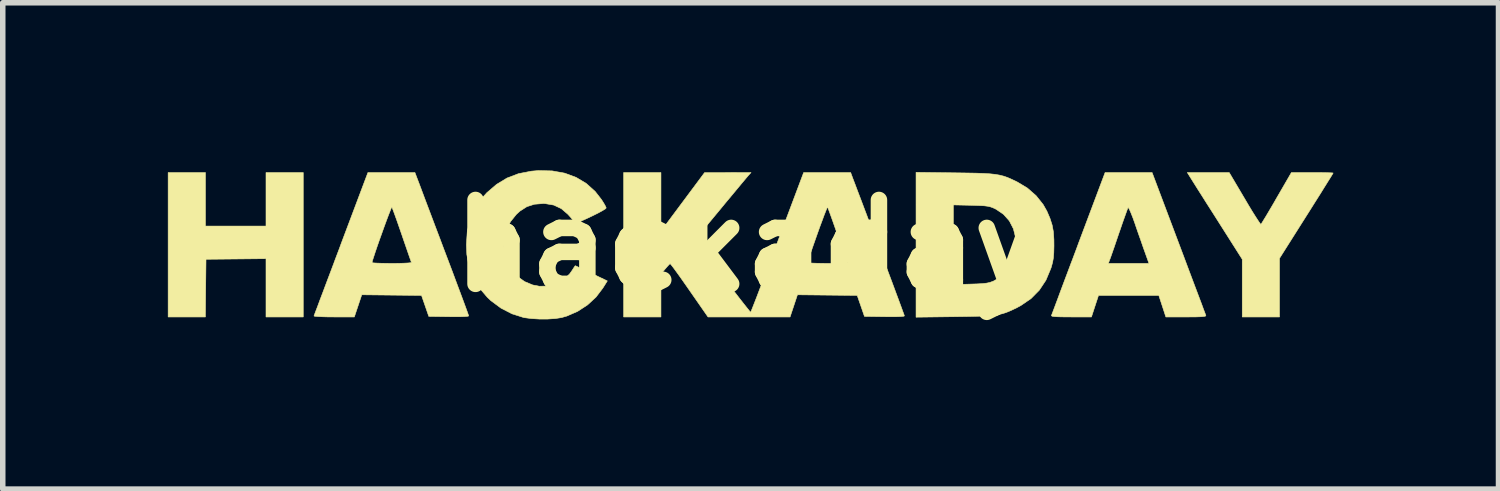
<source format=kicad_pcb>
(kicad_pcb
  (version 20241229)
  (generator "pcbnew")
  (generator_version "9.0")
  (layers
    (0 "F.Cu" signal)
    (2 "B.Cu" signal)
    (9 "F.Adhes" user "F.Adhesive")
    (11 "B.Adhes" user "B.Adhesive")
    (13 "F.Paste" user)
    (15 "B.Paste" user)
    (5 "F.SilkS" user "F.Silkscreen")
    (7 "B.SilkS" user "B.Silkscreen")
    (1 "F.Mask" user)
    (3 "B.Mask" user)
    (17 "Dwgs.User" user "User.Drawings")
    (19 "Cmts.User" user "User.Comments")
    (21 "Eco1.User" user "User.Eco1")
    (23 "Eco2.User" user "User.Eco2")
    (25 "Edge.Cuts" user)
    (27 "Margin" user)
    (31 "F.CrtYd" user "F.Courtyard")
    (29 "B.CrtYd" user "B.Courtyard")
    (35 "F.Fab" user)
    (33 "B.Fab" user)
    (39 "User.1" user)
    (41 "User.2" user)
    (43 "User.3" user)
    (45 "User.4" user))
  (footprint "hackaday"
    (layer "F.Cu")
    (at 10.525 1.418)
    (property "Reference" "hackaday" (at 0 0 0) (layer "F.SilkS") (effects (font (size 1.524 1.524) (thickness 0.3))))
    (attr through_hole)
    (fp_poly (pts (xy -9.842 -0.36) (xy -8.742 -0.36) (xy -8.742 -1.333) (xy -8.065 -1.333) (xy -8.065 1.291) (xy -8.742 1.291) (xy -8.742 0.232) (xy -9.832 0.243) (xy -9.838 0.767) (xy -9.843 1.291) (xy -10.52 1.291) (xy -10.52 -1.333) (xy -9.842 -1.333) (xy -9.842 -0.36)) (stroke (width 0.01) (type solid)) (fill yes) (layer "F.SilkS"))
    (fp_poly (pts (xy 9.04 -0.858) (xy 9.115 -0.731) (xy 9.184 -0.617) (xy 9.244 -0.522) (xy 9.291 -0.45) (xy 9.322 -0.405) (xy 9.335 -0.392) (xy 9.349 -0.412) (xy 9.381 -0.464) (xy 9.429 -0.542) (xy 9.488 -0.642) (xy 9.557 -0.759) (xy 9.619 -0.867) (xy 9.889 -1.333) (xy 10.268 -1.333) (xy 10.389 -1.333) (xy 10.495 -1.332) (xy 10.577 -1.329) (xy 10.63 -1.327) (xy 10.647 -1.324) (xy 10.636 -1.304) (xy 10.605 -1.253) (xy 10.555 -1.173) (xy 10.49 -1.069) (xy 10.412 -0.943) (xy 10.322 -0.801) (xy 10.224 -0.645) (xy 10.16 -0.544) (xy 9.673 0.226) (xy 9.673 1.291) (xy 8.996 1.291) (xy 8.996 0.767) (xy 8.996 0.243) (xy 8.546 -0.466) (xy 8.445 -0.625) (xy 8.349 -0.775) (xy 8.262 -0.913) (xy 8.185 -1.034) (xy 8.123 -1.133) (xy 8.077 -1.206) (xy 8.05 -1.249) (xy 8.047 -1.254) (xy 7.998 -1.333) (xy 8.759 -1.333) (xy 9.04 -0.858)) (stroke (width 0.01) (type solid)) (fill yes) (layer "F.SilkS"))
    (fp_poly (pts (xy 7.842 -0.048) (xy 7.926 0.175) (xy 8.005 0.386) (xy 8.079 0.583) (xy 8.146 0.761) (xy 8.205 0.917) (xy 8.255 1.049) (xy 8.293 1.153) (xy 8.32 1.224) (xy 8.334 1.261) (xy 8.335 1.265) (xy 8.329 1.275) (xy 8.301 1.282) (xy 8.245 1.287) (xy 8.157 1.29) (xy 8.034 1.291) (xy 7.976 1.291) (xy 7.608 1.291) (xy 7.544 1.095) (xy 7.48 0.9) (xy 6.384 0.9) (xy 6.32 1.095) (xy 6.256 1.291) (xy 5.888 1.291) (xy 5.75 1.29) (xy 5.649 1.288) (xy 5.582 1.284) (xy 5.543 1.278) (xy 5.529 1.269) (xy 5.529 1.265) (xy 5.538 1.241) (xy 5.561 1.181) (xy 5.596 1.088) (xy 5.642 0.965) (xy 5.697 0.816) (xy 5.761 0.645) (xy 5.833 0.454) (xy 5.884 0.318) (xy 6.563 0.318) (xy 7.301 0.318) (xy 7.231 0.122) (xy 7.198 0.03) (xy 7.157 -0.089) (xy 7.11 -0.221) (xy 7.064 -0.354) (xy 7.049 -0.399) (xy 7.006 -0.519) (xy 6.969 -0.611) (xy 6.942 -0.671) (xy 6.925 -0.696) (xy 6.921 -0.695) (xy 6.909 -0.667) (xy 6.887 -0.606) (xy 6.855 -0.517) (xy 6.816 -0.407) (xy 6.773 -0.281) (xy 6.756 -0.233) (xy 6.711 -0.101) (xy 6.67 0.02) (xy 6.634 0.123) (xy 6.606 0.203) (xy 6.588 0.251) (xy 6.585 0.259) (xy 6.563 0.318) (xy 5.884 0.318) (xy 5.911 0.248) (xy 5.993 0.029) (xy 6.021 -0.048) (xy 6.504 -1.333) (xy 7.358 -1.333) (xy 7.842 -0.048)) (stroke (width 0.01) (type solid)) (fill yes) (layer "F.SilkS"))
    (fp_poly (pts (xy 3.773 -1.328) (xy 3.982 -1.325) (xy 4.154 -1.322) (xy 4.295 -1.317) (xy 4.411 -1.31) (xy 4.506 -1.3) (xy 4.587 -1.286) (xy 4.659 -1.268) (xy 4.729 -1.244) (xy 4.8 -1.213) (xy 4.879 -1.176) (xy 4.909 -1.161) (xy 5.092 -1.051) (xy 5.251 -0.912) (xy 5.379 -0.751) (xy 5.446 -0.633) (xy 5.503 -0.5) (xy 5.542 -0.378) (xy 5.565 -0.254) (xy 5.574 -0.112) (xy 5.575 0) (xy 5.572 0.122) (xy 5.565 0.216) (xy 5.55 0.299) (xy 5.527 0.384) (xy 5.517 0.413) (xy 5.429 0.623) (xy 5.309 0.804) (xy 5.158 0.957) (xy 4.974 1.083) (xy 4.9 1.123) (xy 4.819 1.162) (xy 4.747 1.194) (xy 4.679 1.219) (xy 4.609 1.239) (xy 4.531 1.254) (xy 4.44 1.265) (xy 4.331 1.273) (xy 4.198 1.278) (xy 4.035 1.282) (xy 3.837 1.285) (xy 3.773 1.286) (xy 3.069 1.295) (xy 3.069 0.703) (xy 3.747 0.703) (xy 4.059 0.694) (xy 4.187 0.69) (xy 4.282 0.684) (xy 4.353 0.676) (xy 4.409 0.664) (xy 4.459 0.646) (xy 4.481 0.637) (xy 4.586 0.573) (xy 4.689 0.482) (xy 4.777 0.376) (xy 4.829 0.283) (xy 4.853 0.211) (xy 4.873 0.118) (xy 4.884 0.033) (xy 4.879 -0.147) (xy 4.838 -0.311) (xy 4.764 -0.455) (xy 4.658 -0.574) (xy 4.523 -0.666) (xy 4.513 -0.671) (xy 4.464 -0.694) (xy 4.419 -0.71) (xy 4.369 -0.721) (xy 4.306 -0.729) (xy 4.221 -0.733) (xy 4.104 -0.737) (xy 4.069 -0.738) (xy 3.747 -0.745) (xy 3.747 0.703) (xy 3.069 0.703) (xy 3.069 -1.337) (xy 3.773 -1.328)) (stroke (width 0.01) (type solid)) (fill yes) (layer "F.SilkS"))
    (fp_poly (pts (xy -5.994 -1.222) (xy -5.979 -1.183) (xy -5.95 -1.107) (xy -5.91 -1) (xy -5.859 -0.864) (xy -5.799 -0.705) (xy -5.731 -0.525) (xy -5.657 -0.329) (xy -5.578 -0.121) (xy -5.506 0.071) (xy -5.425 0.284) (xy -5.349 0.485) (xy -5.28 0.671) (xy -5.217 0.839) (xy -5.163 0.984) (xy -5.119 1.103) (xy -5.086 1.194) (xy -5.066 1.251) (xy -5.059 1.273) (xy -5.079 1.279) (xy -5.136 1.284) (xy -5.224 1.287) (xy -5.338 1.287) (xy -5.422 1.286) (xy -5.784 1.281) (xy -5.85 1.09) (xy -5.916 0.9) (xy -6.459 0.894) (xy -7.002 0.888) (xy -7.137 1.291) (xy -7.507 1.291) (xy -7.626 1.29) (xy -7.729 1.287) (xy -7.808 1.283) (xy -7.857 1.278) (xy -7.87 1.273) (xy -7.862 1.25) (xy -7.84 1.191) (xy -7.805 1.1) (xy -7.76 0.978) (xy -7.704 0.831) (xy -7.64 0.66) (xy -7.568 0.47) (xy -7.505 0.303) (xy -6.816 0.303) (xy -6.796 0.308) (xy -6.74 0.312) (xy -6.656 0.315) (xy -6.55 0.317) (xy -6.454 0.318) (xy -6.336 0.317) (xy -6.235 0.314) (xy -6.158 0.31) (xy -6.111 0.305) (xy -6.1 0.3) (xy -6.108 0.276) (xy -6.129 0.218) (xy -6.159 0.131) (xy -6.197 0.021) (xy -6.241 -0.106) (xy -6.274 -0.203) (xy -6.321 -0.338) (xy -6.364 -0.461) (xy -6.401 -0.564) (xy -6.43 -0.643) (xy -6.449 -0.692) (xy -6.455 -0.704) (xy -6.465 -0.689) (xy -6.485 -0.639) (xy -6.515 -0.563) (xy -6.552 -0.465) (xy -6.593 -0.353) (xy -6.636 -0.233) (xy -6.68 -0.111) (xy -6.721 0.006) (xy -6.757 0.112) (xy -6.786 0.201) (xy -6.807 0.266) (xy -6.815 0.3) (xy -6.816 0.303) (xy -7.505 0.303) (xy -7.491 0.264) (xy -7.408 0.045) (xy -7.377 -0.04) (xy -6.89 -1.333) (xy -6.036 -1.333) (xy -5.994 -1.222)) (stroke (width 0.01) (type solid)) (fill yes) (layer "F.SilkS"))
    (fp_poly (pts (xy -3.543 -1.363) (xy -3.315 -1.322) (xy -3.107 -1.245) (xy -2.922 -1.134) (xy -2.761 -0.989) (xy -2.647 -0.843) (xy -2.605 -0.777) (xy -2.574 -0.722) (xy -2.561 -0.69) (xy -2.561 -0.689) (xy -2.579 -0.671) (xy -2.629 -0.64) (xy -2.704 -0.599) (xy -2.798 -0.552) (xy -2.842 -0.531) (xy -2.951 -0.48) (xy -3.029 -0.445) (xy -3.081 -0.426) (xy -3.113 -0.419) (xy -3.132 -0.423) (xy -3.143 -0.436) (xy -3.143 -0.436) (xy -3.168 -0.472) (xy -3.212 -0.525) (xy -3.255 -0.573) (xy -3.376 -0.677) (xy -3.514 -0.742) (xy -3.672 -0.769) (xy -3.704 -0.77) (xy -3.865 -0.757) (xy -4.002 -0.713) (xy -4.127 -0.633) (xy -4.193 -0.573) (xy -4.3 -0.44) (xy -4.372 -0.294) (xy -4.411 -0.14) (xy -4.419 0.016) (xy -4.397 0.169) (xy -4.346 0.315) (xy -4.269 0.446) (xy -4.167 0.56) (xy -4.042 0.649) (xy -3.895 0.71) (xy -3.774 0.733) (xy -3.62 0.729) (xy -3.471 0.688) (xy -3.338 0.614) (xy -3.227 0.511) (xy -3.186 0.454) (xy -3.152 0.401) (xy -3.129 0.367) (xy -3.122 0.36) (xy -3.103 0.368) (xy -3.052 0.392) (xy -2.976 0.428) (xy -2.882 0.473) (xy -2.829 0.498) (xy -2.54 0.636) (xy -2.62 0.764) (xy -2.745 0.929) (xy -2.901 1.073) (xy -3.081 1.19) (xy -3.277 1.275) (xy -3.371 1.302) (xy -3.485 1.32) (xy -3.625 1.329) (xy -3.776 1.329) (xy -3.923 1.32) (xy -4.05 1.303) (xy -4.064 1.3) (xy -4.272 1.234) (xy -4.472 1.131) (xy -4.655 0.996) (xy -4.721 0.933) (xy -4.869 0.76) (xy -4.979 0.577) (xy -5.053 0.377) (xy -5.093 0.157) (xy -5.101 -0.021) (xy -5.085 -0.262) (xy -5.034 -0.48) (xy -4.948 -0.678) (xy -4.826 -0.859) (xy -4.731 -0.965) (xy -4.554 -1.117) (xy -4.363 -1.233) (xy -4.153 -1.313) (xy -3.92 -1.358) (xy -3.791 -1.369) (xy -3.543 -1.363)) (stroke (width 0.01) (type solid)) (fill yes) (layer "F.SilkS"))
    (fp_poly (pts (xy -1.566 -0.268) (xy -0.773 -1.332) (xy 0.071 -1.333) (xy 0.028 -1.286) (xy 0.005 -1.259) (xy -0.042 -1.203) (xy -0.109 -1.123) (xy -0.192 -1.023) (xy -0.289 -0.906) (xy -0.396 -0.778) (xy -0.483 -0.672) (xy -0.952 -0.107) (xy -0.449 0.549) (xy -0.338 0.694) (xy -0.235 0.828) (xy -0.143 0.947) (xy -0.064 1.048) (xy -0.002 1.126) (xy 0.041 1.18) (xy 0.062 1.204) (xy 0.064 1.205) (xy 0.073 1.186) (xy 0.095 1.131) (xy 0.13 1.042) (xy 0.176 0.924) (xy 0.231 0.779) (xy 0.295 0.612) (xy 0.367 0.424) (xy 0.412 0.303) (xy 1.101 0.303) (xy 1.121 0.308) (xy 1.176 0.312) (xy 1.26 0.315) (xy 1.366 0.317) (xy 1.462 0.318) (xy 1.58 0.317) (xy 1.681 0.314) (xy 1.758 0.31) (xy 1.805 0.305) (xy 1.817 0.3) (xy 1.808 0.276) (xy 1.788 0.218) (xy 1.758 0.131) (xy 1.72 0.021) (xy 1.676 -0.106) (xy 1.643 -0.203) (xy 1.595 -0.338) (xy 1.552 -0.461) (xy 1.515 -0.564) (xy 1.486 -0.643) (xy 1.467 -0.692) (xy 1.461 -0.704) (xy 1.452 -0.689) (xy 1.431 -0.639) (xy 1.401 -0.563) (xy 1.365 -0.465) (xy 1.323 -0.353) (xy 1.28 -0.233) (xy 1.237 -0.111) (xy 1.196 0.006) (xy 1.159 0.112) (xy 1.13 0.201) (xy 1.11 0.266) (xy 1.101 0.3) (xy 1.101 0.303) (xy 0.412 0.303) (xy 0.444 0.22) (xy 0.525 0.003) (xy 0.55 -0.064) (xy 1.027 -1.333) (xy 1.454 -1.333) (xy 1.881 -1.333) (xy 1.922 -1.222) (xy 1.937 -1.183) (xy 1.966 -1.107) (xy 2.006 -1) (xy 2.058 -0.864) (xy 2.118 -0.705) (xy 2.186 -0.525) (xy 2.26 -0.329) (xy 2.338 -0.121) (xy 2.411 0.071) (xy 2.491 0.284) (xy 2.567 0.485) (xy 2.637 0.671) (xy 2.699 0.839) (xy 2.753 0.984) (xy 2.797 1.103) (xy 2.83 1.194) (xy 2.851 1.251) (xy 2.857 1.273) (xy 2.837 1.279) (xy 2.78 1.284) (xy 2.692 1.287) (xy 2.578 1.287) (xy 2.495 1.286) (xy 2.132 1.281) (xy 2.066 1.09) (xy 2 0.9) (xy 1.457 0.894) (xy 0.914 0.888) (xy 0.847 1.09) (xy 0.78 1.291) (xy -0.711 1.291) (xy -1.049 0.805) (xy -1.137 0.679) (xy -1.217 0.565) (xy -1.287 0.468) (xy -1.342 0.393) (xy -1.381 0.343) (xy -1.399 0.323) (xy -1.4 0.323) (xy -1.42 0.341) (xy -1.457 0.382) (xy -1.49 0.42) (xy -1.566 0.512) (xy -1.566 1.291) (xy -2.244 1.291) (xy -2.244 -1.333) (xy -1.566 -1.333) (xy -1.566 -0.268)) (stroke (width 0.01) (type solid)) (fill yes) (layer "F.SilkS")))
  (gr_rect
    (start -3 -3)
    (end 24.177 5.836)
    (stroke (width 0.1) (type default))
    (fill no)
    (layer "Edge.Cuts")))
</source>
